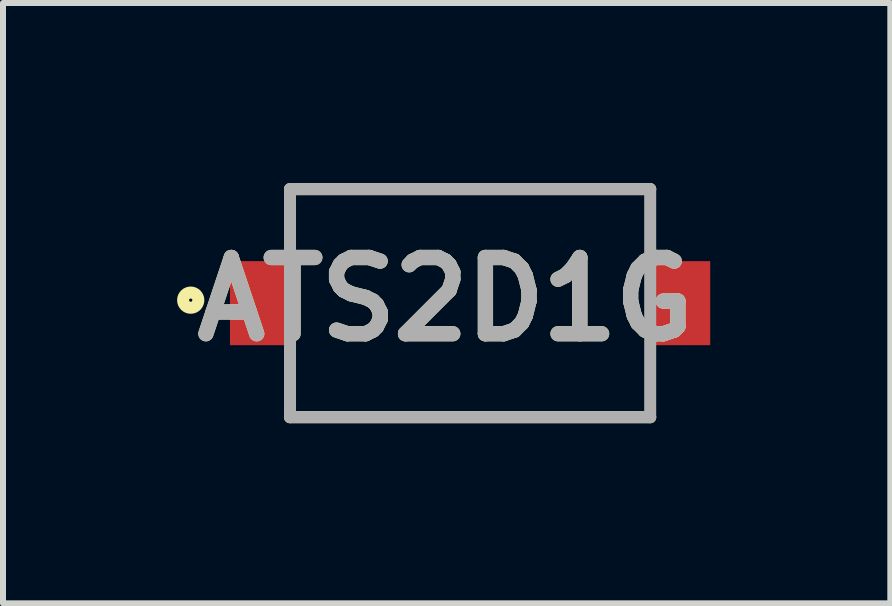
<source format=kicad_pcb>
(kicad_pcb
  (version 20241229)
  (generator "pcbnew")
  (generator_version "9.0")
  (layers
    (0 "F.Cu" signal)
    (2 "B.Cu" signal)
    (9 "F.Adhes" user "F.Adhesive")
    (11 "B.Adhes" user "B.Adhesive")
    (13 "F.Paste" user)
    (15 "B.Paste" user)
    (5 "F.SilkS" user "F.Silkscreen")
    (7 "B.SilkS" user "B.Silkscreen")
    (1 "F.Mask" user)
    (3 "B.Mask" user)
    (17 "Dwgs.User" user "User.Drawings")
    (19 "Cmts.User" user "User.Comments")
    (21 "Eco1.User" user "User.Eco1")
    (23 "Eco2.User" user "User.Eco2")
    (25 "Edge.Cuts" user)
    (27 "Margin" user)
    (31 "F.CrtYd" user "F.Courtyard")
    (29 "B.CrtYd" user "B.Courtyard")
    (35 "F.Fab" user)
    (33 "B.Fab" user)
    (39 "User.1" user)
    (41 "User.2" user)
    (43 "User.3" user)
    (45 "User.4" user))
  (footprint "ATS2D1G"
    (layer "F.Cu")
    (at 4.781 2)
    (property "Reference" "ATS2D1G" (at -0.41 -0.065 0) (layer "F.SilkS") (effects (font (size 1.27 1.27) (thickness 0.254))))
    (attr smd)
    (fp_line (start -3 -1.9) (end 3 -1.9) (stroke (width 0.2) (type solid)) (layer "F.SilkS"))
    (fp_line (start 3 1.9) (end -3 1.9) (stroke (width 0.2) (type solid)) (layer "F.SilkS"))
    (fp_circle (center -4.654 -0.05) (end -4.654 -0.023) (stroke (width 0.2) (type solid)) (fill no) (layer "F.SilkS"))
    (fp_line (start -3 -1.9) (end 3 -1.9) (stroke (width 0.2) (type solid)) (layer "F.Fab"))
    (fp_line (start -3 1.9) (end -3 -1.9) (stroke (width 0.2) (type solid)) (layer "F.Fab"))
    (fp_line (start 3 -1.9) (end 3 1.9) (stroke (width 0.2) (type solid)) (layer "F.Fab"))
    (fp_line (start 3 1.9) (end -3 1.9) (stroke (width 0.2) (type solid)) (layer "F.Fab"))
    (fp_text user "${REFERENCE}" (at -0.41 -0.065 0) (layer "F.Fab") (effects (font (size 1.27 1.27) (thickness 0.254))))
    (pad "1" smd rect (at -3.5 0) (size 1 1.4) (layers "F.Cu" "F.Mask" "F.Paste"))
    (pad "2" smd rect (at 3.5 0) (size 1 1.4) (layers "F.Cu" "F.Mask" "F.Paste")))
  (gr_rect
    (start -3 -3)
    (end 11.781 7)
    (stroke (width 0.1) (type default))
    (fill no)
    (layer "Edge.Cuts")))
</source>
